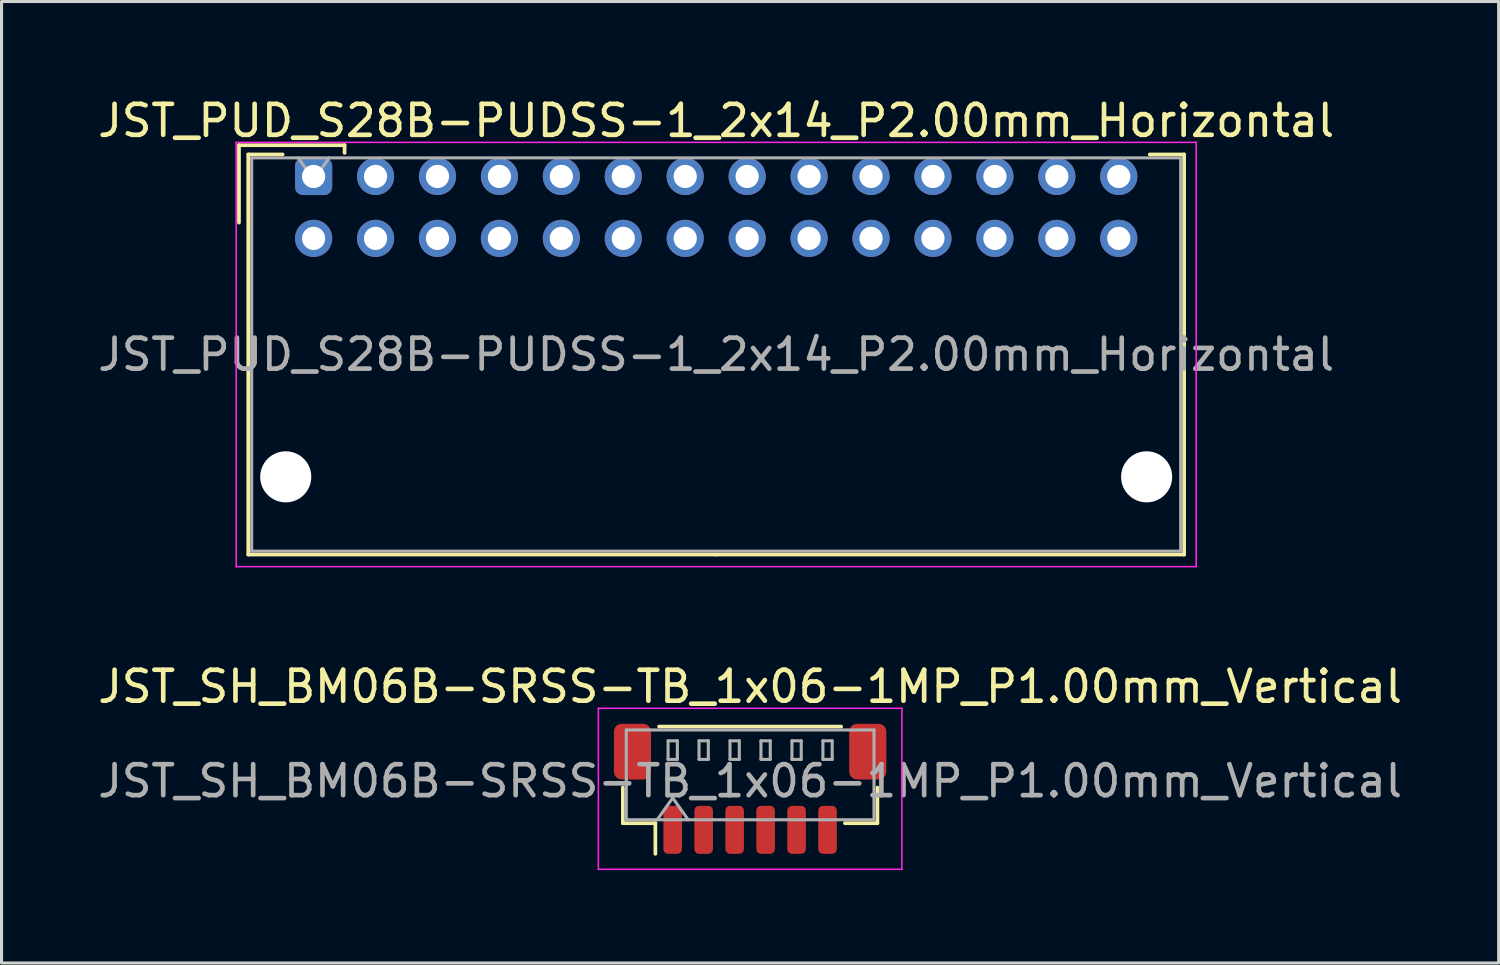
<source format=kicad_pcb>
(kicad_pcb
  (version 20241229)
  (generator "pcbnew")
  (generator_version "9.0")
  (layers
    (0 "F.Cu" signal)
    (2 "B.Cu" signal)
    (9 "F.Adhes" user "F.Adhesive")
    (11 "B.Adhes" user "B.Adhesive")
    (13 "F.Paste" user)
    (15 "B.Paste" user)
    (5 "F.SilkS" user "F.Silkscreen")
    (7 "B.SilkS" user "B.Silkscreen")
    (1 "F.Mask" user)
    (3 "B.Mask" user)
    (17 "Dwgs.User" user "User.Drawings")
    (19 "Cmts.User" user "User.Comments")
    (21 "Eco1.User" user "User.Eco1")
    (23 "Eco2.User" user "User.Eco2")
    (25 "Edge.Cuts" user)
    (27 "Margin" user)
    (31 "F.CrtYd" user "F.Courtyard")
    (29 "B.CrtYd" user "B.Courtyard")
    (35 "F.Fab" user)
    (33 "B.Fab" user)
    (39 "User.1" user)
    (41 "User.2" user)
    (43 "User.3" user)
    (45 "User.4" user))
  (footprint "JST_PUD_S28B-PUDSS-1_2x14_P2.00mm_Horizontal"
    (layer "F.Cu")
    (at 7.077 2.648)
    (property "Reference" "JST_PUD_S28B-PUDSS-1_2x14_P2.00mm_Horizontal" (at 13 -1.8 0) (layer "F.SilkS") (effects (font (size 1 1) (thickness 0.15))))
    (attr through_hole)
    (fp_line (start -2.41 -1.01) (end -2.41 1.49) (stroke (width 0.12) (type solid)) (layer "F.SilkS"))
    (fp_line (start -2.11 -0.71) (end -2.11 12.21) (stroke (width 0.12) (type solid)) (layer "F.SilkS"))
    (fp_line (start -2.11 12.21) (end 13 12.21) (stroke (width 0.12) (type solid)) (layer "F.SilkS"))
    (fp_line (start -1 -0.71) (end -2.11 -0.71) (stroke (width 0.12) (type solid)) (layer "F.SilkS"))
    (fp_line (start 1 -1.01) (end -2.41 -1.01) (stroke (width 0.12) (type solid)) (layer "F.SilkS"))
    (fp_line (start 1 -0.76) (end 1 -1.01) (stroke (width 0.12) (type solid)) (layer "F.SilkS"))
    (fp_line (start 27 -0.71) (end 28.11 -0.71) (stroke (width 0.12) (type solid)) (layer "F.SilkS"))
    (fp_line (start 28.11 -0.71) (end 28.11 12.21) (stroke (width 0.12) (type solid)) (layer "F.SilkS"))
    (fp_line (start 28.11 12.21) (end 13 12.21) (stroke (width 0.12) (type solid)) (layer "F.SilkS"))
    (fp_line (start -2.5 -1.1) (end -2.5 12.6) (stroke (width 0.05) (type solid)) (layer "F.CrtYd"))
    (fp_line (start -2.5 12.6) (end 28.5 12.6) (stroke (width 0.05) (type solid)) (layer "F.CrtYd"))
    (fp_line (start 28.5 -1.1) (end -2.5 -1.1) (stroke (width 0.05) (type solid)) (layer "F.CrtYd"))
    (fp_line (start 28.5 12.6) (end 28.5 -1.1) (stroke (width 0.05) (type solid)) (layer "F.CrtYd"))
    (fp_line (start -2 -0.6) (end -2 12.1) (stroke (width 0.1) (type solid)) (layer "F.Fab"))
    (fp_line (start -2 12.1) (end 28 12.1) (stroke (width 0.1) (type solid)) (layer "F.Fab"))
    (fp_line (start 0 0.107) (end -0.5 -0.6) (stroke (width 0.1) (type solid)) (layer "F.Fab"))
    (fp_line (start 0.5 -0.6) (end 0 0.107) (stroke (width 0.1) (type solid)) (layer "F.Fab"))
    (fp_line (start 28 -0.6) (end -2 -0.6) (stroke (width 0.1) (type solid)) (layer "F.Fab"))
    (fp_line (start 28 12.1) (end 28 -0.6) (stroke (width 0.1) (type solid)) (layer "F.Fab"))
    (fp_text user "${REFERENCE}" (at 13 5.75 0) (layer "F.Fab") (effects (font (size 1 1) (thickness 0.15))))
    (pad "" np_thru_hole circle (at -0.9 9.7) (size 1.65 1.65) (drill 1.65) (layers "*.Cu" "*.Mask"))
    (pad "" np_thru_hole circle (at 26.9 9.7) (size 1.65 1.65) (drill 1.65) (layers "*.Cu" "*.Mask"))
    (pad "1" thru_hole roundrect (at 0 0) (size 1.2 1.2) (drill 0.75) (layers "*.Cu" "*.Mask") (roundrect_rratio 0.208))
    (pad "2" thru_hole circle (at 0 2) (size 1.2 1.2) (drill 0.75) (layers "*.Cu" "*.Mask"))
    (pad "3" thru_hole circle (at 2 0) (size 1.2 1.2) (drill 0.75) (layers "*.Cu" "*.Mask"))
    (pad "4" thru_hole circle (at 2 2) (size 1.2 1.2) (drill 0.75) (layers "*.Cu" "*.Mask"))
    (pad "5" thru_hole circle (at 4 0) (size 1.2 1.2) (drill 0.75) (layers "*.Cu" "*.Mask"))
    (pad "6" thru_hole circle (at 4 2) (size 1.2 1.2) (drill 0.75) (layers "*.Cu" "*.Mask"))
    (pad "7" thru_hole circle (at 6 0) (size 1.2 1.2) (drill 0.75) (layers "*.Cu" "*.Mask"))
    (pad "8" thru_hole circle (at 6 2) (size 1.2 1.2) (drill 0.75) (layers "*.Cu" "*.Mask"))
    (pad "9" thru_hole circle (at 8 0) (size 1.2 1.2) (drill 0.75) (layers "*.Cu" "*.Mask"))
    (pad "10" thru_hole circle (at 8 2) (size 1.2 1.2) (drill 0.75) (layers "*.Cu" "*.Mask"))
    (pad "11" thru_hole circle (at 10 0) (size 1.2 1.2) (drill 0.75) (layers "*.Cu" "*.Mask"))
    (pad "12" thru_hole circle (at 10 2) (size 1.2 1.2) (drill 0.75) (layers "*.Cu" "*.Mask"))
    (pad "13" thru_hole circle (at 12 0) (size 1.2 1.2) (drill 0.75) (layers "*.Cu" "*.Mask"))
    (pad "14" thru_hole circle (at 12 2) (size 1.2 1.2) (drill 0.75) (layers "*.Cu" "*.Mask"))
    (pad "15" thru_hole circle (at 14 0) (size 1.2 1.2) (drill 0.75) (layers "*.Cu" "*.Mask"))
    (pad "16" thru_hole circle (at 14 2) (size 1.2 1.2) (drill 0.75) (layers "*.Cu" "*.Mask"))
    (pad "17" thru_hole circle (at 16 0) (size 1.2 1.2) (drill 0.75) (layers "*.Cu" "*.Mask"))
    (pad "18" thru_hole circle (at 16 2) (size 1.2 1.2) (drill 0.75) (layers "*.Cu" "*.Mask"))
    (pad "19" thru_hole circle (at 18 0) (size 1.2 1.2) (drill 0.75) (layers "*.Cu" "*.Mask"))
    (pad "20" thru_hole circle (at 18 2) (size 1.2 1.2) (drill 0.75) (layers "*.Cu" "*.Mask"))
    (pad "21" thru_hole circle (at 20 0) (size 1.2 1.2) (drill 0.75) (layers "*.Cu" "*.Mask"))
    (pad "22" thru_hole circle (at 20 2) (size 1.2 1.2) (drill 0.75) (layers "*.Cu" "*.Mask"))
    (pad "23" thru_hole circle (at 22 0) (size 1.2 1.2) (drill 0.75) (layers "*.Cu" "*.Mask"))
    (pad "24" thru_hole circle (at 22 2) (size 1.2 1.2) (drill 0.75) (layers "*.Cu" "*.Mask"))
    (pad "25" thru_hole circle (at 24 0) (size 1.2 1.2) (drill 0.75) (layers "*.Cu" "*.Mask"))
    (pad "26" thru_hole circle (at 24 2) (size 1.2 1.2) (drill 0.75) (layers "*.Cu" "*.Mask"))
    (pad "27" thru_hole circle (at 26 0) (size 1.2 1.2) (drill 0.75) (layers "*.Cu" "*.Mask"))
    (pad "28" thru_hole circle (at 26 2) (size 1.2 1.2) (drill 0.75) (layers "*.Cu" "*.Mask")))
  (footprint "JST_SH_BM06B-SRSS-TB_1x06-1MP_P1.00mm_Vertical"
    (layer "F.Cu")
    (at 21.173 22.422)
    (property "Reference" "JST_SH_BM06B-SRSS-TB_1x06-1MP_P1.00mm_Vertical" (at 0 -3.3 0) (layer "F.SilkS") (effects (font (size 1 1) (thickness 0.15))))
    (attr smd)
    (fp_line (start -4.11 -0.04) (end -4.11 1.11) (stroke (width 0.12) (type solid)) (layer "F.SilkS"))
    (fp_line (start -4.11 1.11) (end -3.06 1.11) (stroke (width 0.12) (type solid)) (layer "F.SilkS"))
    (fp_line (start -3.06 1.11) (end -3.06 2.1) (stroke (width 0.12) (type solid)) (layer "F.SilkS"))
    (fp_line (start -2.94 -2.01) (end 2.94 -2.01) (stroke (width 0.12) (type solid)) (layer "F.SilkS"))
    (fp_line (start 4.11 -0.04) (end 4.11 1.11) (stroke (width 0.12) (type solid)) (layer "F.SilkS"))
    (fp_line (start 4.11 1.11) (end 3.06 1.11) (stroke (width 0.12) (type solid)) (layer "F.SilkS"))
    (fp_line (start -4.9 -2.6) (end -4.9 2.6) (stroke (width 0.05) (type solid)) (layer "F.CrtYd"))
    (fp_line (start -4.9 2.6) (end 4.9 2.6) (stroke (width 0.05) (type solid)) (layer "F.CrtYd"))
    (fp_line (start 4.9 -2.6) (end -4.9 -2.6) (stroke (width 0.05) (type solid)) (layer "F.CrtYd"))
    (fp_line (start 4.9 2.6) (end 4.9 -2.6) (stroke (width 0.05) (type solid)) (layer "F.CrtYd"))
    (fp_line (start -4 -1.9) (end 4 -1.9) (stroke (width 0.1) (type solid)) (layer "F.Fab"))
    (fp_line (start -4 1) (end -4 -1.9) (stroke (width 0.1) (type solid)) (layer "F.Fab"))
    (fp_line (start -4 1) (end 4 1) (stroke (width 0.1) (type solid)) (layer "F.Fab"))
    (fp_line (start -3 1) (end -2.5 0.293) (stroke (width 0.1) (type solid)) (layer "F.Fab"))
    (fp_line (start -2.65 -1.55) (end -2.65 -0.95) (stroke (width 0.1) (type solid)) (layer "F.Fab"))
    (fp_line (start -2.65 -0.95) (end -2.35 -0.95) (stroke (width 0.1) (type solid)) (layer "F.Fab"))
    (fp_line (start -2.5 0.293) (end -2 1) (stroke (width 0.1) (type solid)) (layer "F.Fab"))
    (fp_line (start -2.35 -1.55) (end -2.65 -1.55) (stroke (width 0.1) (type solid)) (layer "F.Fab"))
    (fp_line (start -2.35 -0.95) (end -2.35 -1.55) (stroke (width 0.1) (type solid)) (layer "F.Fab"))
    (fp_line (start -1.65 -1.55) (end -1.65 -0.95) (stroke (width 0.1) (type solid)) (layer "F.Fab"))
    (fp_line (start -1.65 -0.95) (end -1.35 -0.95) (stroke (width 0.1) (type solid)) (layer "F.Fab"))
    (fp_line (start -1.35 -1.55) (end -1.65 -1.55) (stroke (width 0.1) (type solid)) (layer "F.Fab"))
    (fp_line (start -1.35 -0.95) (end -1.35 -1.55) (stroke (width 0.1) (type solid)) (layer "F.Fab"))
    (fp_line (start -0.65 -1.55) (end -0.65 -0.95) (stroke (width 0.1) (type solid)) (layer "F.Fab"))
    (fp_line (start -0.65 -0.95) (end -0.35 -0.95) (stroke (width 0.1) (type solid)) (layer "F.Fab"))
    (fp_line (start -0.35 -1.55) (end -0.65 -1.55) (stroke (width 0.1) (type solid)) (layer "F.Fab"))
    (fp_line (start -0.35 -0.95) (end -0.35 -1.55) (stroke (width 0.1) (type solid)) (layer "F.Fab"))
    (fp_line (start 0.35 -1.55) (end 0.35 -0.95) (stroke (width 0.1) (type solid)) (layer "F.Fab"))
    (fp_line (start 0.35 -0.95) (end 0.65 -0.95) (stroke (width 0.1) (type solid)) (layer "F.Fab"))
    (fp_line (start 0.65 -1.55) (end 0.35 -1.55) (stroke (width 0.1) (type solid)) (layer "F.Fab"))
    (fp_line (start 0.65 -0.95) (end 0.65 -1.55) (stroke (width 0.1) (type solid)) (layer "F.Fab"))
    (fp_line (start 1.35 -1.55) (end 1.35 -0.95) (stroke (width 0.1) (type solid)) (layer "F.Fab"))
    (fp_line (start 1.35 -0.95) (end 1.65 -0.95) (stroke (width 0.1) (type solid)) (layer "F.Fab"))
    (fp_line (start 1.65 -1.55) (end 1.35 -1.55) (stroke (width 0.1) (type solid)) (layer "F.Fab"))
    (fp_line (start 1.65 -0.95) (end 1.65 -1.55) (stroke (width 0.1) (type solid)) (layer "F.Fab"))
    (fp_line (start 2.35 -1.55) (end 2.35 -0.95) (stroke (width 0.1) (type solid)) (layer "F.Fab"))
    (fp_line (start 2.35 -0.95) (end 2.65 -0.95) (stroke (width 0.1) (type solid)) (layer "F.Fab"))
    (fp_line (start 2.65 -1.55) (end 2.35 -1.55) (stroke (width 0.1) (type solid)) (layer "F.Fab"))
    (fp_line (start 2.65 -0.95) (end 2.65 -1.55) (stroke (width 0.1) (type solid)) (layer "F.Fab"))
    (fp_line (start 4 1) (end 4 -1.9) (stroke (width 0.1) (type solid)) (layer "F.Fab"))
    (fp_text user "${REFERENCE}" (at 0 -0.25 0) (layer "F.Fab") (effects (font (size 1 1) (thickness 0.15))))
    (pad "1" smd roundrect (at -2.5 1.325) (size 0.6 1.55) (layers "F.Cu" "F.Mask" "F.Paste") (roundrect_rratio 0.25))
    (pad "2" smd roundrect (at -1.5 1.325) (size 0.6 1.55) (layers "F.Cu" "F.Mask" "F.Paste") (roundrect_rratio 0.25))
    (pad "3" smd roundrect (at -0.5 1.325) (size 0.6 1.55) (layers "F.Cu" "F.Mask" "F.Paste") (roundrect_rratio 0.25))
    (pad "4" smd roundrect (at 0.5 1.325) (size 0.6 1.55) (layers "F.Cu" "F.Mask" "F.Paste") (roundrect_rratio 0.25))
    (pad "5" smd roundrect (at 1.5 1.325) (size 0.6 1.55) (layers "F.Cu" "F.Mask" "F.Paste") (roundrect_rratio 0.25))
    (pad "6" smd roundrect (at 2.5 1.325) (size 0.6 1.55) (layers "F.Cu" "F.Mask" "F.Paste") (roundrect_rratio 0.25))
    (pad "MP" smd roundrect (at -3.8 -1.2) (size 1.2 1.8) (layers "F.Cu" "F.Mask" "F.Paste") (roundrect_rratio 0.208))
    (pad "MP" smd roundrect (at 3.8 -1.2) (size 1.2 1.8) (layers "F.Cu" "F.Mask" "F.Paste") (roundrect_rratio 0.208)))
  (gr_rect
    (start -3 -3)
    (end 45.345 28.047)
    (stroke (width 0.1) (type default))
    (fill no)
    (layer "Edge.Cuts")))
</source>
